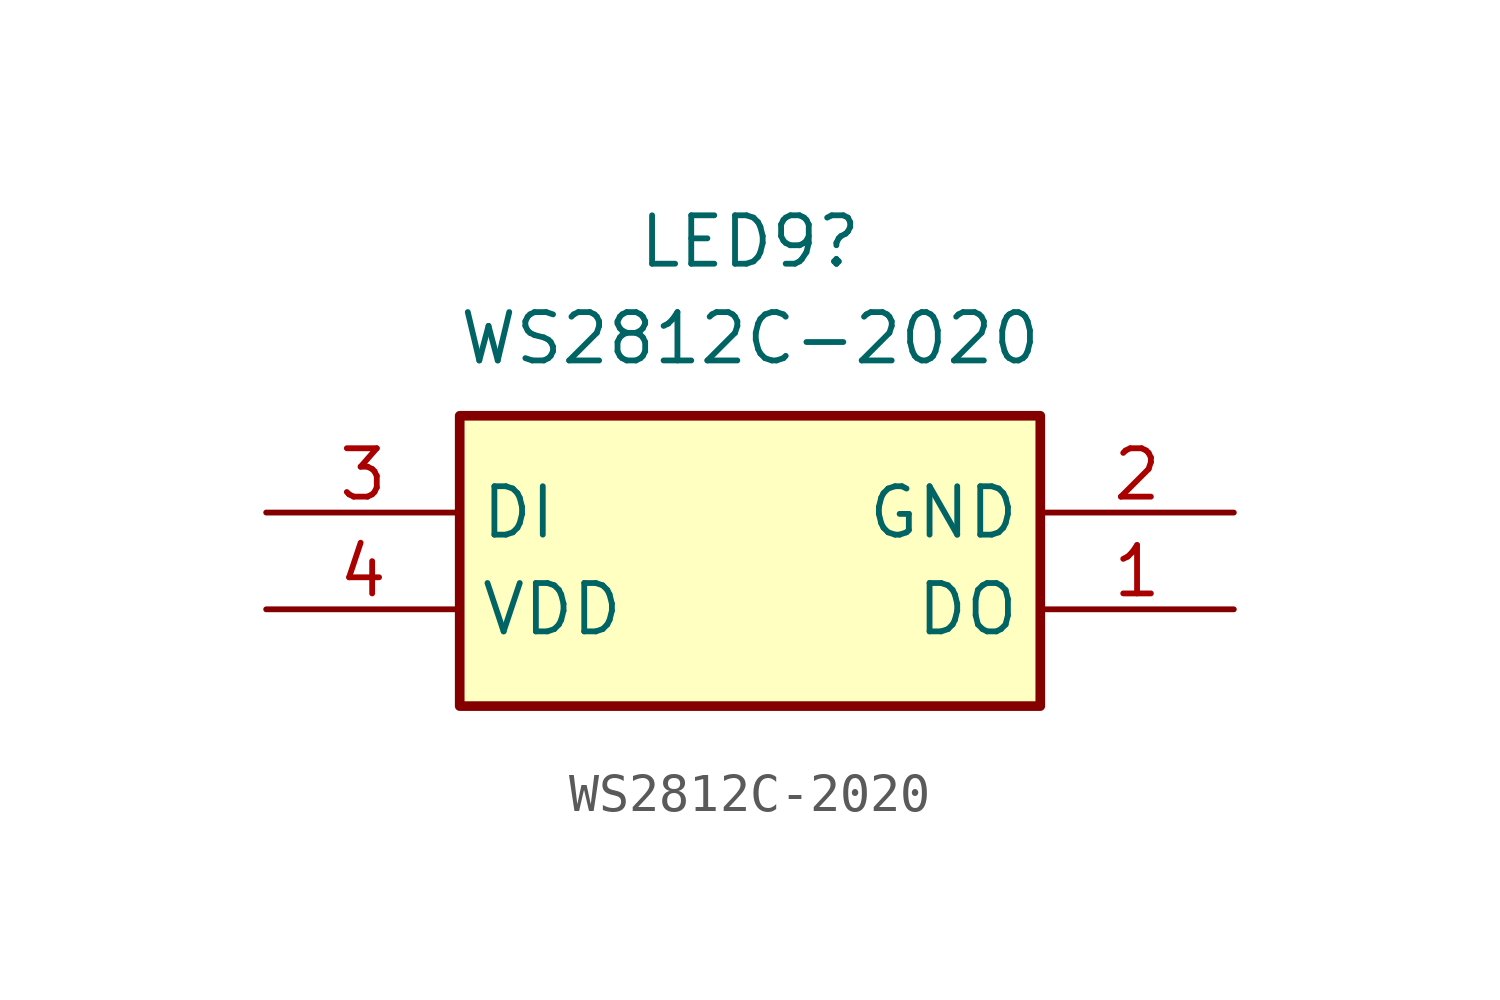
<source format=kicad_sym>
(kicad_symbol_lib
  (version 20220914)
  (generator kicad_symbol_editor)
  (symbol "WS2812C-2020"
    (property "Reference" "LED9"
      (at 12.7 7.112 0)
      (effects (font (size 1.27 1.27))))
    (property "Value" "WS2812C-2020"
      (at 12.7 4.572 0)
      (effects (font (size 1.27 1.27))))
    (symbol "WS2812C-2020_1_1"
      (rectangle (start 5.08 2.54) (end 20.32 -5.08) (stroke (width 0.254) (type default)) (fill (type background)))
      (pin passive line (at 25.4 -2.54 180) (length 5.08) (name "DO" (effects (font (size 1.27 1.27)))) (number "1" (effects (font (size 1.27 1.27)))))
      (pin passive line (at 25.4 0 180) (length 5.08) (name "GND" (effects (font (size 1.27 1.27)))) (number "2" (effects (font (size 1.27 1.27)))))
      (pin passive line (at 0 0 0) (length 5.08) (name "DI" (effects (font (size 1.27 1.27)))) (number "3" (effects (font (size 1.27 1.27)))))
      (pin passive line (at 0 -2.54 0) (length 5.08) (name "VDD" (effects (font (size 1.27 1.27)))) (number "4" (effects (font (size 1.27 1.27))))))))
</source>
